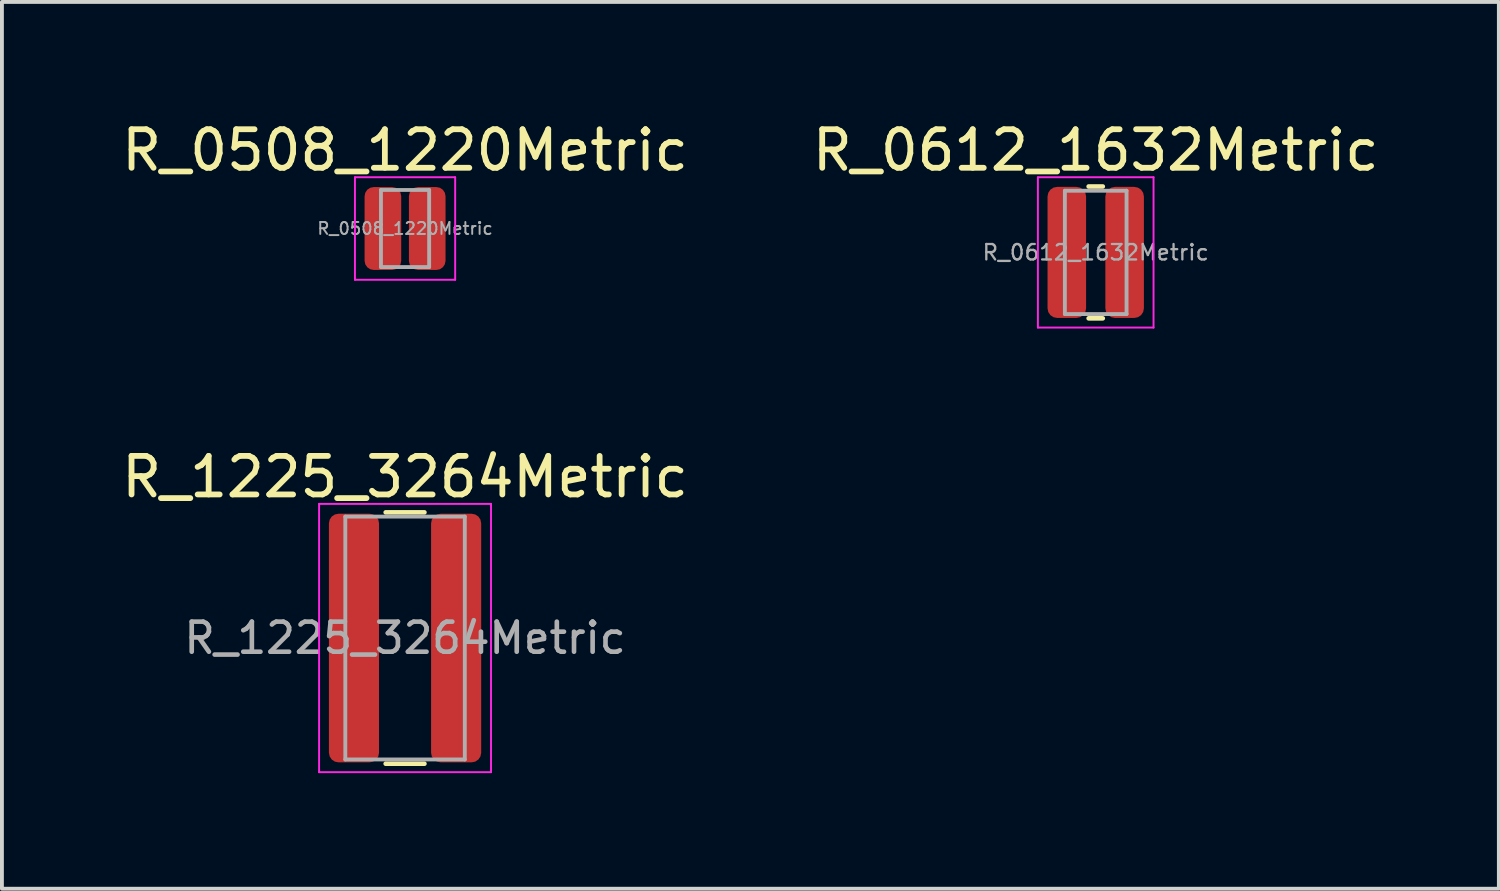
<source format=kicad_pcb>
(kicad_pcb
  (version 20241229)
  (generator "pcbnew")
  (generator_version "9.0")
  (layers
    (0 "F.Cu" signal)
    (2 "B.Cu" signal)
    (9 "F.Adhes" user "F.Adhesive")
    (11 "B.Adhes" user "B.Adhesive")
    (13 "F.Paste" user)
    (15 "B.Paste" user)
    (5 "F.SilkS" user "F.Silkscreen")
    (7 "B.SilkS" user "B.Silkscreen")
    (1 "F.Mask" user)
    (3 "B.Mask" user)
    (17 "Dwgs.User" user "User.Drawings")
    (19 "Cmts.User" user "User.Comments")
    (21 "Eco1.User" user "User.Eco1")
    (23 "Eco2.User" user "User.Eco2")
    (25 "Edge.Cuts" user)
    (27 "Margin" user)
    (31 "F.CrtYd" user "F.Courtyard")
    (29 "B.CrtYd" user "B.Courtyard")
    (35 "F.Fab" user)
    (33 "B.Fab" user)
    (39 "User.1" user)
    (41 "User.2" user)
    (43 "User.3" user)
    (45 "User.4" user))
  (footprint "R_0612_1632Metric"
    (layer "F.Cu")
    (at 25.375 3.498)
    (property "Reference" "R_0612_1632Metric" (at 0 -2.65 0) (layer "F.SilkS") (effects (font (size 1 1) (thickness 0.15))))
    (attr smd)
    (fp_line (start -0.183 -1.71) (end 0.183 -1.71) (stroke (width 0.12) (type solid)) (layer "F.SilkS"))
    (fp_line (start -0.183 1.71) (end 0.183 1.71) (stroke (width 0.12) (type solid)) (layer "F.SilkS"))
    (fp_line (start -1.5 -1.95) (end 1.5 -1.95) (stroke (width 0.05) (type solid)) (layer "F.CrtYd"))
    (fp_line (start -1.5 1.95) (end -1.5 -1.95) (stroke (width 0.05) (type solid)) (layer "F.CrtYd"))
    (fp_line (start 1.5 -1.95) (end 1.5 1.95) (stroke (width 0.05) (type solid)) (layer "F.CrtYd"))
    (fp_line (start 1.5 1.95) (end -1.5 1.95) (stroke (width 0.05) (type solid)) (layer "F.CrtYd"))
    (fp_line (start -0.8 -1.6) (end 0.8 -1.6) (stroke (width 0.1) (type solid)) (layer "F.Fab"))
    (fp_line (start -0.8 1.6) (end -0.8 -1.6) (stroke (width 0.1) (type solid)) (layer "F.Fab"))
    (fp_line (start 0.8 -1.6) (end 0.8 1.6) (stroke (width 0.1) (type solid)) (layer "F.Fab"))
    (fp_line (start 0.8 1.6) (end -0.8 1.6) (stroke (width 0.1) (type solid)) (layer "F.Fab"))
    (fp_text user "${REFERENCE}" (at 0 0 0) (layer "F.Fab") (effects (font (size 0.4 0.4) (thickness 0.06))))
    (pad "1" smd roundrect (at -0.75 0) (size 1 3.4) (layers "F.Cu" "F.Mask" "F.Paste") (roundrect_rratio 0.25))
    (pad "2" smd roundrect (at 0.75 0) (size 1 3.4) (layers "F.Cu" "F.Mask" "F.Paste") (roundrect_rratio 0.25)))
  (footprint "R_0508_1220Metric"
    (layer "F.Cu")
    (at 7.458 2.878)
    (property "Reference" "R_0508_1220Metric" (at 0 -2.03 0) (layer "F.SilkS") (effects (font (size 1 1) (thickness 0.15))))
    (attr smd)
    (fp_line (start -1.3 -1.33) (end 1.3 -1.33) (stroke (width 0.05) (type solid)) (layer "F.CrtYd"))
    (fp_line (start -1.3 1.33) (end -1.3 -1.33) (stroke (width 0.05) (type solid)) (layer "F.CrtYd"))
    (fp_line (start 1.3 -1.33) (end 1.3 1.33) (stroke (width 0.05) (type solid)) (layer "F.CrtYd"))
    (fp_line (start 1.3 1.33) (end -1.3 1.33) (stroke (width 0.05) (type solid)) (layer "F.CrtYd"))
    (fp_line (start -0.625 -1) (end 0.625 -1) (stroke (width 0.1) (type solid)) (layer "F.Fab"))
    (fp_line (start -0.625 1) (end -0.625 -1) (stroke (width 0.1) (type solid)) (layer "F.Fab"))
    (fp_line (start 0.625 -1) (end 0.625 1) (stroke (width 0.1) (type solid)) (layer "F.Fab"))
    (fp_line (start 0.625 1) (end -0.625 1) (stroke (width 0.1) (type solid)) (layer "F.Fab"))
    (fp_text user "${REFERENCE}" (at 0 0 0) (layer "F.Fab") (effects (font (size 0.31 0.31) (thickness 0.05))))
    (pad "1" smd roundrect (at -0.575 0) (size 0.95 2.15) (layers "F.Cu" "F.Mask" "F.Paste") (roundrect_rratio 0.25))
    (pad "2" smd roundrect (at 0.575 0) (size 0.95 2.15) (layers "F.Cu" "F.Mask" "F.Paste") (roundrect_rratio 0.25)))
  (footprint "R_1225_3264Metric"
    (layer "F.Cu")
    (at 7.458 13.502)
    (property "Reference" "R_1225_3264Metric" (at 0 -4.18 0) (layer "F.SilkS") (effects (font (size 1 1) (thickness 0.15))))
    (attr smd)
    (fp_line (start -0.502 -3.26) (end 0.502 -3.26) (stroke (width 0.12) (type solid)) (layer "F.SilkS"))
    (fp_line (start -0.502 3.26) (end 0.502 3.26) (stroke (width 0.12) (type solid)) (layer "F.SilkS"))
    (fp_line (start -2.23 -3.48) (end 2.23 -3.48) (stroke (width 0.05) (type solid)) (layer "F.CrtYd"))
    (fp_line (start -2.23 3.48) (end -2.23 -3.48) (stroke (width 0.05) (type solid)) (layer "F.CrtYd"))
    (fp_line (start 2.23 -3.48) (end 2.23 3.48) (stroke (width 0.05) (type solid)) (layer "F.CrtYd"))
    (fp_line (start 2.23 3.48) (end -2.23 3.48) (stroke (width 0.05) (type solid)) (layer "F.CrtYd"))
    (fp_line (start -1.55 -3.15) (end 1.55 -3.15) (stroke (width 0.1) (type solid)) (layer "F.Fab"))
    (fp_line (start -1.55 3.15) (end -1.55 -3.15) (stroke (width 0.1) (type solid)) (layer "F.Fab"))
    (fp_line (start 1.55 -3.15) (end 1.55 3.15) (stroke (width 0.1) (type solid)) (layer "F.Fab"))
    (fp_line (start 1.55 3.15) (end -1.55 3.15) (stroke (width 0.1) (type solid)) (layer "F.Fab"))
    (fp_text user "${REFERENCE}" (at 0 0 0) (layer "F.Fab") (effects (font (size 0.78 0.78) (thickness 0.12))))
    (pad "1" smd roundrect (at -1.325 0) (size 1.3 6.45) (layers "F.Cu" "F.Mask" "F.Paste") (roundrect_rratio 0.192))
    (pad "2" smd roundrect (at 1.325 0) (size 1.3 6.45) (layers "F.Cu" "F.Mask" "F.Paste") (roundrect_rratio 0.192)))
  (gr_rect
    (start -3 -3)
    (end 35.833 20.006)
    (stroke (width 0.1) (type default))
    (fill no)
    (layer "Edge.Cuts")))
</source>
